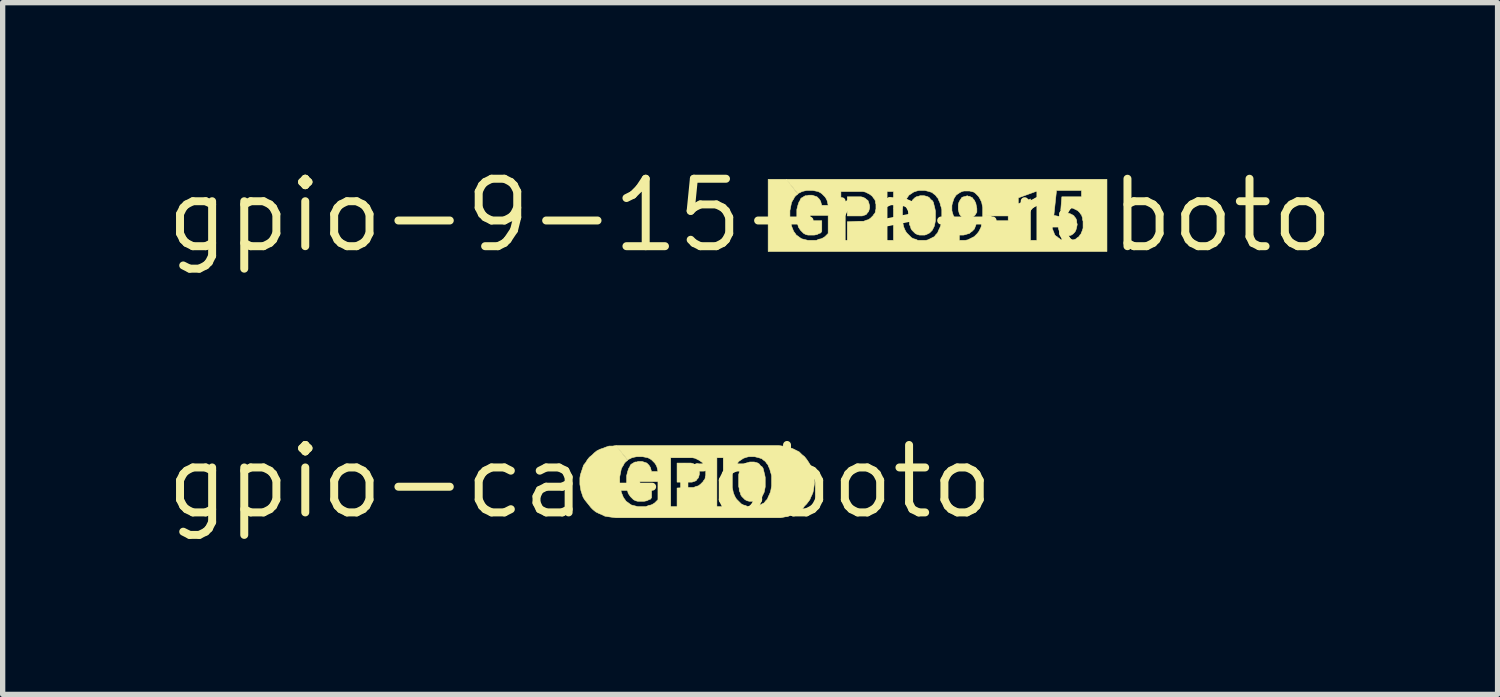
<source format=kicad_pcb>
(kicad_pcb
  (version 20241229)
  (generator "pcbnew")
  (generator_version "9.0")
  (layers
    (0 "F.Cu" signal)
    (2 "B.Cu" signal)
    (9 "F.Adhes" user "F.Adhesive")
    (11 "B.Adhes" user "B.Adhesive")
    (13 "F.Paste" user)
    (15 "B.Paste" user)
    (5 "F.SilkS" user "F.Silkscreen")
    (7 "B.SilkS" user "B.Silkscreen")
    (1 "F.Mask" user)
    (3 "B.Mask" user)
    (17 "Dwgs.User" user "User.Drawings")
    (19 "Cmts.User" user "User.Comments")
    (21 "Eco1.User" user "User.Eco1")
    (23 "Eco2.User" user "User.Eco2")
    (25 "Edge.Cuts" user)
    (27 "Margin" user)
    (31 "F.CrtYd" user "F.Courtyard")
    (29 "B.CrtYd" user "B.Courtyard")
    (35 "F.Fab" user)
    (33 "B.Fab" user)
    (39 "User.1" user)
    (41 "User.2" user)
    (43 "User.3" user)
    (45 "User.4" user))
  (footprint "gpio-ca-roboto"
    (layer "F.Cu")
    (at 7.869 6.019)
    (property "Reference" "gpio-ca-roboto" (at 0 0 0) (layer "F.SilkS") (effects (font (size 1.27 1.27) (thickness 0.15))))
    (attr board_only exclude_from_pos_files exclude_from_bom)
    (fp_poly (pts (xy 1.83 0.01) (xy 2.05 0.01) (xy 2.08 0.01) (xy 2.11 0.01) (xy 2.14 0) (xy 2.17 -0.01) (xy 2.19 -0.02) (xy 2.21 -0.05) (xy 2.23 -0.07) (xy 2.24 -0.1) (xy 2.25 -0.14) (xy 2.25 -0.18) (xy 2.24 -0.22) (xy 2.23 -0.25) (xy 2.22 -0.28) (xy 2.19 -0.3) (xy 2.17 -0.32) (xy 2.13 -0.34) (xy 2.09 -0.35) (xy 2.05 -0.35) (xy 1.83 -0.35) (xy 1.83 0.01)) (stroke (width 0.01) (type solid)) (fill yes) (layer "F.SilkS"))
    (fp_poly (pts (xy 3.49 -0.03) (xy 3.49 -0.08) (xy 3.48 -0.13) (xy 3.47 -0.17) (xy 3.46 -0.21) (xy 3.45 -0.25) (xy 3.43 -0.28) (xy 3.4 -0.3) (xy 3.38 -0.33) (xy 3.35 -0.35) (xy 3.32 -0.36) (xy 3.28 -0.37) (xy 3.24 -0.37) (xy 3.2 -0.37) (xy 3.17 -0.36) (xy 3.13 -0.35) (xy 3.1 -0.33) (xy 3.08 -0.31) (xy 3.06 -0.29) (xy 3.04 -0.26) (xy 3.03 -0.24) (xy 3.01 -0.2) (xy 3 -0.17) (xy 2.99 -0.13) (xy 2.99 -0.09) (xy 2.99 -0.05) (xy 2.99 0.05) (xy 2.99 0.09) (xy 3 0.13) (xy 3 0.17) (xy 3.02 0.21) (xy 3.03 0.25) (xy 3.05 0.28) (xy 3.08 0.31) (xy 3.11 0.34) (xy 3.15 0.36) (xy 3.19 0.37) (xy 3.22 0.37) (xy 3.24 0.37) (xy 3.27 0.37) (xy 3.29 0.37) (xy 3.32 0.36) (xy 3.34 0.35) (xy 3.36 0.34) (xy 3.38 0.33) (xy 3.4 0.31) (xy 3.43 0.28) (xy 3.45 0.24) (xy 3.47 0.2) (xy 3.48 0.15) (xy 3.49 0.1) (xy 3.49 0.05) (xy 3.49 -0.03)) (stroke (width 0.01) (type solid)) (fill yes) (layer "F.SilkS"))
    (fp_poly (pts (xy 0.68 -0.68) (xy 0.62 -0.67) (xy 0.55 -0.67) (xy 0.49 -0.65) (xy 0.44 -0.63) (xy 0.38 -0.61) (xy 0.32 -0.58) (xy 0.27 -0.54) (xy 0.23 -0.5) (xy 0.18 -0.46) (xy 0.14 -0.41) (xy 0.11 -0.36) (xy 0.07 -0.31) (xy 0.05 -0.25) (xy 0.03 -0.19) (xy 0.01 -0.13) (xy 0 -0.07) (xy 0 -0.01) (xy 0 0.05) (xy 0.01 0.11) (xy 0.02 0.17) (xy 0.04 0.23) (xy 0.06 0.29) (xy 0.09 0.34) (xy 0.13 0.39) (xy 0.17 0.44) (xy 0.21 0.49) (xy 0.25 0.53) (xy 0.3 0.57) (xy 0.36 0.6) (xy 0.41 0.62) (xy 0.47 0.65) (xy 0.53 0.66) (xy 0.6 0.67) (xy 0.68 0.68) (xy 3.74 0.68) (xy 3.78 0.68) (xy 3.83 0.67) (xy 3.88 0.66) (xy 3.93 0.65) (xy 3.98 0.63) (xy 4.03 0.61) (xy 4.07 0.59) (xy 4.12 0.56) (xy 4.16 0.53) (xy 4.2 0.5) (xy 4.23 0.46) (xy 4.27 0.42) (xy 4.3 0.38) (xy 4.33 0.34) (xy 4.35 0.29) (xy 4.37 0.25) (xy 4.39 0.2) (xy 4.4 0.15) (xy 4.41 0.08) (xy 4.42 0.01) (xy 4.41 -0.05) (xy 4.41 -0.12) (xy 4.39 -0.18) (xy 4.37 -0.25) (xy 4.34 -0.31) (xy 4.31 -0.36) (xy 4.27 -0.42) (xy 4.23 -0.47) (xy 4.18 -0.51) (xy 4.13 -0.56) (xy 4.07 -0.59) (xy 4.01 -0.62) (xy 3.95 -0.64) (xy 3.89 -0.66) (xy 3.81 -0.67) (xy 3.74 -0.68) (xy 0.68 -0.68) (xy 0.9 -0.41) (xy 0.94 -0.43) (xy 0.98 -0.45) (xy 1.02 -0.46) (xy 1.07 -0.47) (xy 1.12 -0.47) (xy 1.18 -0.47) (xy 1.23 -0.46) (xy 1.28 -0.45) (xy 1.32 -0.43) (xy 1.35 -0.41) (xy 1.38 -0.38) (xy 1.41 -0.35) (xy 1.43 -0.32) (xy 1.45 -0.28) (xy 1.46 -0.24) (xy 1.47 -0.19) (xy 1.35 -0.19) (xy 1.34 -0.22) (xy 1.33 -0.26) (xy 1.32 -0.28) (xy 1.3 -0.31) (xy 1.28 -0.33) (xy 1.26 -0.35) (xy 1.23 -0.36) (xy 1.2 -0.37) (xy 1.17 -0.38) (xy 1.14 -0.38) (xy 1.1 -0.38) (xy 1.07 -0.37) (xy 1.04 -0.37) (xy 1.02 -0.36) (xy 0.99 -0.34) (xy 0.97 -0.33) (xy 0.95 -0.31) (xy 0.94 -0.28) (xy 0.92 -0.25) (xy 0.91 -0.22) (xy 0.9 -0.19) (xy 0.89 -0.15) (xy 0.88 -0.11) (xy 0.88 -0.07) (xy 0.88 0.06) (xy 0.88 0.1) (xy 0.89 0.14) (xy 0.9 0.18) (xy 0.91 0.22) (xy 0.93 0.25) (xy 0.95 0.28) (xy 0.98 0.31) (xy 1.01 0.34) (xy 1.05 0.36) (xy 1.09 0.37) (xy 1.14 0.37) (xy 1.21 0.37) (xy 1.26 0.36) (xy 1.28 0.35) (xy 1.3 0.34) (xy 1.33 0.33) (xy 1.35 0.3) (xy 1.35 0.1) (xy 1.13 0.1) (xy 1.13 0) (xy 1.47 0) (xy 1.47 0.34) (xy 1.71 0.47) (xy 1.71 -0.45) (xy 2.05 -0.45) (xy 2.12 -0.45) (xy 2.17 -0.44) (xy 2.21 -0.42) (xy 2.25 -0.4) (xy 2.29 -0.37) (xy 2.31 -0.36) (xy 2.32 -0.33) (xy 2.34 -0.31) (xy 2.58 -0.45) (xy 2.7 -0.45) (xy 2.95 -0.32) (xy 2.97 -0.35) (xy 2.99 -0.38) (xy 3.02 -0.4) (xy 3.05 -0.42) (xy 3.08 -0.44) (xy 3.11 -0.45) (xy 3.14 -0.46) (xy 3.18 -0.47) (xy 3.22 -0.47) (xy 3.26 -0.47) (xy 3.29 -0.47) (xy 3.33 -0.46) (xy 3.37 -0.45) (xy 3.4 -0.44) (xy 3.43 -0.43) (xy 3.45 -0.41) (xy 3.48 -0.39) (xy 3.5 -0.37) (xy 3.52 -0.34) (xy 3.54 -0.32) (xy 3.55 -0.29) (xy 3.57 -0.25) (xy 3.58 -0.22) (xy 3.59 -0.18) (xy 3.6 -0.15) (xy 3.61 -0.11) (xy 3.61 -0.07) (xy 3.61 0.03) (xy 3.61 0.08) (xy 3.6 0.14) (xy 3.59 0.19) (xy 3.57 0.24) (xy 3.55 0.28) (xy 3.53 0.33) (xy 3.5 0.36) (xy 3.47 0.4) (xy 3.43 0.42) (xy 3.39 0.44) (xy 3.35 0.46) (xy 3.31 0.47) (xy 3.26 0.47) (xy 3.21 0.47) (xy 3.16 0.47) (xy 3.12 0.45) (xy 3.08 0.44) (xy 3.04 0.42) (xy 3.01 0.39) (xy 2.98 0.36) (xy 2.95 0.33) (xy 2.93 0.3) (xy 2.91 0.26) (xy 2.89 0.21) (xy 2.88 0.16) (xy 2.87 0.11) (xy 2.87 0.05) (xy 2.87 -0.03) (xy 2.87 -0.08) (xy 2.87 -0.13) (xy 2.88 -0.18) (xy 2.89 -0.22) (xy 2.91 -0.26) (xy 2.93 -0.29) (xy 2.95 -0.32) (xy 2.7 -0.45) (xy 2.7 0.47) (xy 2.58 0.47) (xy 2.58 -0.45) (xy 2.34 -0.31) (xy 2.35 -0.29) (xy 2.36 -0.27) (xy 2.36 -0.24) (xy 2.37 -0.21) (xy 2.37 -0.18) (xy 2.37 -0.15) (xy 2.37 -0.12) (xy 2.36 -0.09) (xy 2.36 -0.07) (xy 2.35 -0.04) (xy 2.33 -0.02) (xy 2.32 0) (xy 2.3 0.02) (xy 2.27 0.05) (xy 2.23 0.08) (xy 2.19 0.09) (xy 2.14 0.11) (xy 2.1 0.11) (xy 2.06 0.11) (xy 1.83 0.12) (xy 1.83 0.47) (xy 1.71 0.47) (xy 1.47 0.34) (xy 1.44 0.37) (xy 1.41 0.4) (xy 1.38 0.42) (xy 1.34 0.44) (xy 1.29 0.45) (xy 1.25 0.47) (xy 1.19 0.47) (xy 1.14 0.47) (xy 1.09 0.47) (xy 1.05 0.46) (xy 1.01 0.45) (xy 0.97 0.44) (xy 0.94 0.42) (xy 0.9 0.39) (xy 0.87 0.37) (xy 0.85 0.34) (xy 0.82 0.3) (xy 0.8 0.25) (xy 0.78 0.2) (xy 0.77 0.15) (xy 0.76 0.1) (xy 0.75 0.04) (xy 0.75 -0.05) (xy 0.75 -0.09) (xy 0.76 -0.14) (xy 0.77 -0.19) (xy 0.78 -0.24) (xy 0.8 -0.28) (xy 0.82 -0.31) (xy 0.84 -0.35) (xy 0.87 -0.38) (xy 0.9 -0.4) (xy 0.68 -0.68)) (stroke (width 0.01) (type solid)) (fill yes) (layer "F.SilkS")))
  (footprint "gpio-9-15-re-roboto"
    (layer "F.Cu")
    (at 11.074 1.006)
    (property "Reference" "gpio-9-15-re-roboto" (at 0 0 0) (layer "F.SilkS") (effects (font (size 1.27 1.27) (thickness 0.15))))
    (attr board_only exclude_from_pos_files exclude_from_bom)
    (fp_poly (pts (xy 1.83 0.01) (xy 2.05 0.01) (xy 2.08 0.01) (xy 2.11 0.01) (xy 2.14 0) (xy 2.17 -0.01) (xy 2.19 -0.02) (xy 2.21 -0.05) (xy 2.23 -0.07) (xy 2.24 -0.1) (xy 2.25 -0.14) (xy 2.25 -0.18) (xy 2.24 -0.22) (xy 2.23 -0.25) (xy 2.22 -0.28) (xy 2.19 -0.3) (xy 2.17 -0.32) (xy 2.13 -0.34) (xy 2.09 -0.35) (xy 2.05 -0.35) (xy 1.83 -0.35) (xy 1.83 0.01)) (stroke (width 0.01) (type solid)) (fill yes) (layer "F.SilkS"))
    (fp_poly (pts (xy 4.08 0.07) (xy 4.11 0.07) (xy 4.14 0.06) (xy 4.17 0.05) (xy 4.19 0.03) (xy 4.22 0.01) (xy 4.24 -0.01) (xy 4.25 -0.03) (xy 4.27 -0.06) (xy 4.27 -0.13) (xy 4.26 -0.18) (xy 4.25 -0.23) (xy 4.23 -0.27) (xy 4.22 -0.29) (xy 4.2 -0.31) (xy 4.19 -0.33) (xy 4.17 -0.34) (xy 4.15 -0.35) (xy 4.13 -0.36) (xy 4.11 -0.36) (xy 4.09 -0.37) (xy 4.06 -0.36) (xy 4.02 -0.35) (xy 3.99 -0.34) (xy 3.97 -0.31) (xy 3.95 -0.28) (xy 3.93 -0.24) (xy 3.92 -0.2) (xy 3.92 -0.16) (xy 3.92 -0.11) (xy 3.93 -0.07) (xy 3.94 -0.03) (xy 3.96 0) (xy 3.99 0.03) (xy 4.02 0.05) (xy 4.05 0.06) (xy 4.08 0.07)) (stroke (width 0.01) (type solid)) (fill yes) (layer "F.SilkS"))
    (fp_poly (pts (xy 3.49 -0.03) (xy 3.49 -0.08) (xy 3.48 -0.13) (xy 3.47 -0.17) (xy 3.46 -0.21) (xy 3.45 -0.25) (xy 3.43 -0.28) (xy 3.4 -0.3) (xy 3.38 -0.33) (xy 3.35 -0.35) (xy 3.32 -0.36) (xy 3.28 -0.37) (xy 3.24 -0.37) (xy 3.2 -0.37) (xy 3.17 -0.36) (xy 3.13 -0.35) (xy 3.1 -0.33) (xy 3.08 -0.31) (xy 3.06 -0.29) (xy 3.04 -0.26) (xy 3.03 -0.24) (xy 3.01 -0.2) (xy 3 -0.17) (xy 2.99 -0.13) (xy 2.99 -0.09) (xy 2.99 -0.05) (xy 2.99 0.05) (xy 2.99 0.09) (xy 3 0.13) (xy 3 0.17) (xy 3.02 0.21) (xy 3.03 0.25) (xy 3.05 0.28) (xy 3.08 0.31) (xy 3.11 0.34) (xy 3.15 0.36) (xy 3.19 0.37) (xy 3.22 0.37) (xy 3.24 0.37) (xy 3.27 0.37) (xy 3.29 0.37) (xy 3.32 0.36) (xy 3.34 0.35) (xy 3.36 0.34) (xy 3.38 0.33) (xy 3.4 0.31) (xy 3.43 0.28) (xy 3.45 0.24) (xy 3.47 0.2) (xy 3.48 0.15) (xy 3.49 0.1) (xy 3.49 0.05) (xy 3.49 -0.03)) (stroke (width 0.01) (type solid)) (fill yes) (layer "F.SilkS"))
    (fp_poly (pts (xy 0.68 -0.68) (xy 0.34 -0.68) (xy 0.34 0.68) (xy 6.72 0.68) (xy 6.72 -0.68) (xy 0.68 -0.68) (xy 0.9 -0.41) (xy 0.94 -0.43) (xy 0.98 -0.45) (xy 1.02 -0.46) (xy 1.07 -0.47) (xy 1.12 -0.47) (xy 1.18 -0.47) (xy 1.23 -0.46) (xy 1.28 -0.45) (xy 1.32 -0.43) (xy 1.35 -0.41) (xy 1.38 -0.38) (xy 1.41 -0.35) (xy 1.43 -0.32) (xy 1.45 -0.28) (xy 1.46 -0.24) (xy 1.47 -0.19) (xy 1.35 -0.19) (xy 1.34 -0.22) (xy 1.33 -0.26) (xy 1.32 -0.28) (xy 1.3 -0.31) (xy 1.28 -0.33) (xy 1.26 -0.35) (xy 1.23 -0.36) (xy 1.2 -0.37) (xy 1.17 -0.38) (xy 1.14 -0.38) (xy 1.1 -0.38) (xy 1.07 -0.37) (xy 1.04 -0.37) (xy 1.02 -0.36) (xy 0.99 -0.34) (xy 0.97 -0.33) (xy 0.95 -0.31) (xy 0.94 -0.28) (xy 0.92 -0.25) (xy 0.91 -0.22) (xy 0.9 -0.19) (xy 0.89 -0.15) (xy 0.88 -0.11) (xy 0.88 -0.07) (xy 0.88 0.06) (xy 0.88 0.1) (xy 0.89 0.14) (xy 0.9 0.18) (xy 0.91 0.22) (xy 0.93 0.25) (xy 0.95 0.28) (xy 0.98 0.31) (xy 1.01 0.34) (xy 1.05 0.36) (xy 1.09 0.37) (xy 1.14 0.37) (xy 1.21 0.37) (xy 1.26 0.36) (xy 1.28 0.35) (xy 1.3 0.34) (xy 1.33 0.33) (xy 1.35 0.3) (xy 1.35 0.1) (xy 1.13 0.1) (xy 1.13 0) (xy 1.47 0) (xy 1.47 0.34) (xy 1.71 0.47) (xy 1.71 -0.45) (xy 2.05 -0.45) (xy 2.12 -0.45) (xy 2.17 -0.44) (xy 2.21 -0.42) (xy 2.25 -0.4) (xy 2.29 -0.37) (xy 2.31 -0.35) (xy 2.32 -0.33) (xy 2.34 -0.31) (xy 2.58 -0.45) (xy 2.7 -0.45) (xy 2.95 -0.32) (xy 2.97 -0.35) (xy 2.99 -0.38) (xy 3.02 -0.4) (xy 3.05 -0.42) (xy 3.08 -0.44) (xy 3.11 -0.45) (xy 3.14 -0.46) (xy 3.18 -0.47) (xy 3.22 -0.47) (xy 3.26 -0.47) (xy 3.29 -0.47) (xy 3.33 -0.46) (xy 3.37 -0.45) (xy 3.4 -0.44) (xy 3.43 -0.43) (xy 3.45 -0.41) (xy 3.48 -0.39) (xy 3.5 -0.37) (xy 3.52 -0.34) (xy 3.54 -0.32) (xy 3.55 -0.29) (xy 3.57 -0.25) (xy 3.58 -0.22) (xy 3.59 -0.18) (xy 3.6 -0.15) (xy 3.61 -0.11) (xy 3.8 -0.12) (xy 3.8 -0.16) (xy 3.8 -0.19) (xy 3.81 -0.23) (xy 3.82 -0.26) (xy 3.83 -0.29) (xy 3.84 -0.32) (xy 3.86 -0.35) (xy 3.87 -0.37) (xy 3.89 -0.39) (xy 3.92 -0.41) (xy 3.95 -0.43) (xy 3.99 -0.45) (xy 4.03 -0.46) (xy 4.08 -0.46) (xy 4.13 -0.46) (xy 4.17 -0.45) (xy 4.21 -0.44) (xy 4.24 -0.42) (xy 4.27 -0.39) (xy 4.3 -0.36) (xy 4.32 -0.33) (xy 4.34 -0.29) (xy 4.36 -0.25) (xy 4.37 -0.2) (xy 4.38 -0.15) (xy 4.38 -0.1) (xy 4.38 -0.02) (xy 4.55 0.01) (xy 4.86 0.01) (xy 5.05 -0.22) (xy 5.05 -0.33) (xy 5.38 -0.45) (xy 5.4 -0.45) (xy 5.4 0.47) (xy 5.72 0.32) (xy 5.71 0.3) (xy 5.7 0.27) (xy 5.69 0.25) (xy 5.69 0.22) (xy 5.8 0.22) (xy 5.81 0.26) (xy 5.82 0.29) (xy 5.84 0.32) (xy 5.87 0.35) (xy 5.9 0.36) (xy 5.94 0.38) (xy 5.98 0.38) (xy 6.02 0.38) (xy 6.05 0.37) (xy 6.08 0.35) (xy 6.11 0.32) (xy 6.13 0.29) (xy 6.14 0.26) (xy 6.15 0.22) (xy 6.16 0.17) (xy 6.15 0.13) (xy 6.15 0.1) (xy 6.14 0.07) (xy 6.13 0.05) (xy 6.11 0.03) (xy 6.1 0.01) (xy 6.07 -0.01) (xy 6.05 -0.02) (xy 6.03 -0.03) (xy 6 -0.04) (xy 5.97 -0.04) (xy 5.94 -0.04) (xy 5.91 -0.03) (xy 5.89 -0.03) (xy 5.87 -0.02) (xy 5.82 0.02) (xy 5.72 0) (xy 5.77 -0.47) (xy 6.24 -0.47) (xy 6.24 -0.35) (xy 5.87 -0.35) (xy 5.85 -0.1) (xy 5.87 -0.11) (xy 5.89 -0.12) (xy 5.92 -0.13) (xy 5.95 -0.14) (xy 5.97 -0.14) (xy 6 -0.14) (xy 6.03 -0.14) (xy 6.06 -0.14) (xy 6.09 -0.13) (xy 6.11 -0.12) (xy 6.13 -0.11) (xy 6.15 -0.1) (xy 6.17 -0.09) (xy 6.19 -0.07) (xy 6.21 -0.05) (xy 6.22 -0.03) (xy 6.24 -0.01) (xy 6.25 0.02) (xy 6.26 0.05) (xy 6.26 0.08) (xy 6.27 0.11) (xy 6.27 0.14) (xy 6.27 0.18) (xy 6.27 0.21) (xy 6.27 0.24) (xy 6.26 0.27) (xy 6.25 0.3) (xy 6.24 0.32) (xy 6.23 0.35) (xy 6.21 0.37) (xy 6.2 0.39) (xy 6.18 0.41) (xy 6.16 0.42) (xy 6.14 0.44) (xy 6.12 0.45) (xy 6.09 0.46) (xy 6.07 0.46) (xy 6.04 0.47) (xy 6.01 0.47) (xy 5.98 0.47) (xy 5.95 0.47) (xy 5.92 0.47) (xy 5.89 0.46) (xy 5.87 0.46) (xy 5.84 0.45) (xy 5.82 0.43) (xy 5.8 0.42) (xy 5.78 0.4) (xy 5.76 0.39) (xy 5.74 0.37) (xy 5.73 0.35) (xy 5.72 0.32) (xy 5.4 0.47) (xy 5.28 0.47) (xy 5.28 -0.31) (xy 5.05 -0.22) (xy 4.86 0.01) (xy 4.86 0.1) (xy 4.54 0.1) (xy 4.54 0.01) (xy 4.38 -0.02) (xy 4.38 0.05) (xy 4.37 0.11) (xy 4.36 0.16) (xy 4.35 0.22) (xy 4.33 0.26) (xy 4.31 0.3) (xy 4.28 0.34) (xy 4.25 0.37) (xy 4.22 0.4) (xy 4.18 0.42) (xy 4.14 0.44) (xy 4.1 0.46) (xy 4.05 0.47) (xy 4 0.47) (xy 3.94 0.47) (xy 3.94 0.37) (xy 3.98 0.37) (xy 4.02 0.37) (xy 4.06 0.36) (xy 4.09 0.35) (xy 4.13 0.34) (xy 4.15 0.32) (xy 4.18 0.3) (xy 4.2 0.28) (xy 4.22 0.26) (xy 4.23 0.24) (xy 4.24 0.21) (xy 4.25 0.19) (xy 4.26 0.13) (xy 4.27 0.07) (xy 4.24 0.09) (xy 4.22 0.11) (xy 4.19 0.13) (xy 4.16 0.14) (xy 4.14 0.15) (xy 4.12 0.16) (xy 4.09 0.16) (xy 4.06 0.16) (xy 4.03 0.16) (xy 4 0.16) (xy 3.97 0.15) (xy 3.95 0.14) (xy 3.92 0.12) (xy 3.9 0.11) (xy 3.88 0.09) (xy 3.86 0.07) (xy 3.85 0.04) (xy 3.83 0.01) (xy 3.82 -0.02) (xy 3.81 -0.05) (xy 3.8 -0.09) (xy 3.8 -0.12) (xy 3.61 -0.11) (xy 3.61 -0.07) (xy 3.61 0.03) (xy 3.61 0.08) (xy 3.6 0.14) (xy 3.59 0.19) (xy 3.57 0.24) (xy 3.55 0.28) (xy 3.53 0.33) (xy 3.5 0.36) (xy 3.47 0.4) (xy 3.43 0.42) (xy 3.39 0.44) (xy 3.35 0.46) (xy 3.31 0.47) (xy 3.26 0.47) (xy 3.21 0.47) (xy 3.16 0.47) (xy 3.12 0.45) (xy 3.08 0.44) (xy 3.04 0.42) (xy 3.01 0.39) (xy 2.98 0.36) (xy 2.95 0.33) (xy 2.93 0.3) (xy 2.91 0.26) (xy 2.89 0.21) (xy 2.88 0.16) (xy 2.87 0.11) (xy 2.87 0.05) (xy 2.87 -0.03) (xy 2.87 -0.08) (xy 2.87 -0.13) (xy 2.88 -0.18) (xy 2.89 -0.22) (xy 2.91 -0.26) (xy 2.93 -0.29) (xy 2.95 -0.32) (xy 2.7 -0.45) (xy 2.7 0.47) (xy 2.58 0.47) (xy 2.58 -0.45) (xy 2.34 -0.31) (xy 2.35 -0.29) (xy 2.36 -0.27) (xy 2.36 -0.24) (xy 2.37 -0.21) (xy 2.37 -0.18) (xy 2.37 -0.15) (xy 2.37 -0.12) (xy 2.36 -0.09) (xy 2.36 -0.07) (xy 2.35 -0.04) (xy 2.33 -0.02) (xy 2.32 0) (xy 2.3 0.02) (xy 2.27 0.05) (xy 2.23 0.08) (xy 2.19 0.09) (xy 2.14 0.11) (xy 2.1 0.11) (xy 2.06 0.11) (xy 1.83 0.12) (xy 1.83 0.47) (xy 1.71 0.47) (xy 1.47 0.34) (xy 1.44 0.37) (xy 1.41 0.4) (xy 1.38 0.42) (xy 1.34 0.44) (xy 1.29 0.45) (xy 1.25 0.47) (xy 1.19 0.47) (xy 1.14 0.47) (xy 1.09 0.47) (xy 1.05 0.46) (xy 1.01 0.45) (xy 0.97 0.44) (xy 0.94 0.42) (xy 0.9 0.39) (xy 0.87 0.37) (xy 0.85 0.34) (xy 0.82 0.3) (xy 0.8 0.25) (xy 0.78 0.2) (xy 0.77 0.15) (xy 0.76 0.1) (xy 0.75 0.04) (xy 0.75 -0.05) (xy 0.75 -0.09) (xy 0.76 -0.14) (xy 0.77 -0.19) (xy 0.78 -0.24) (xy 0.8 -0.28) (xy 0.82 -0.31) (xy 0.84 -0.35) (xy 0.87 -0.38) (xy 0.9 -0.4) (xy 0.68 -0.68)) (stroke (width 0.01) (type solid)) (fill yes) (layer "F.SilkS")))
  (gr_rect
    (start -3 -3)
    (end 25.149 10.025)
    (stroke (width 0.1) (type default))
    (fill no)
    (layer "Edge.Cuts")))
</source>
